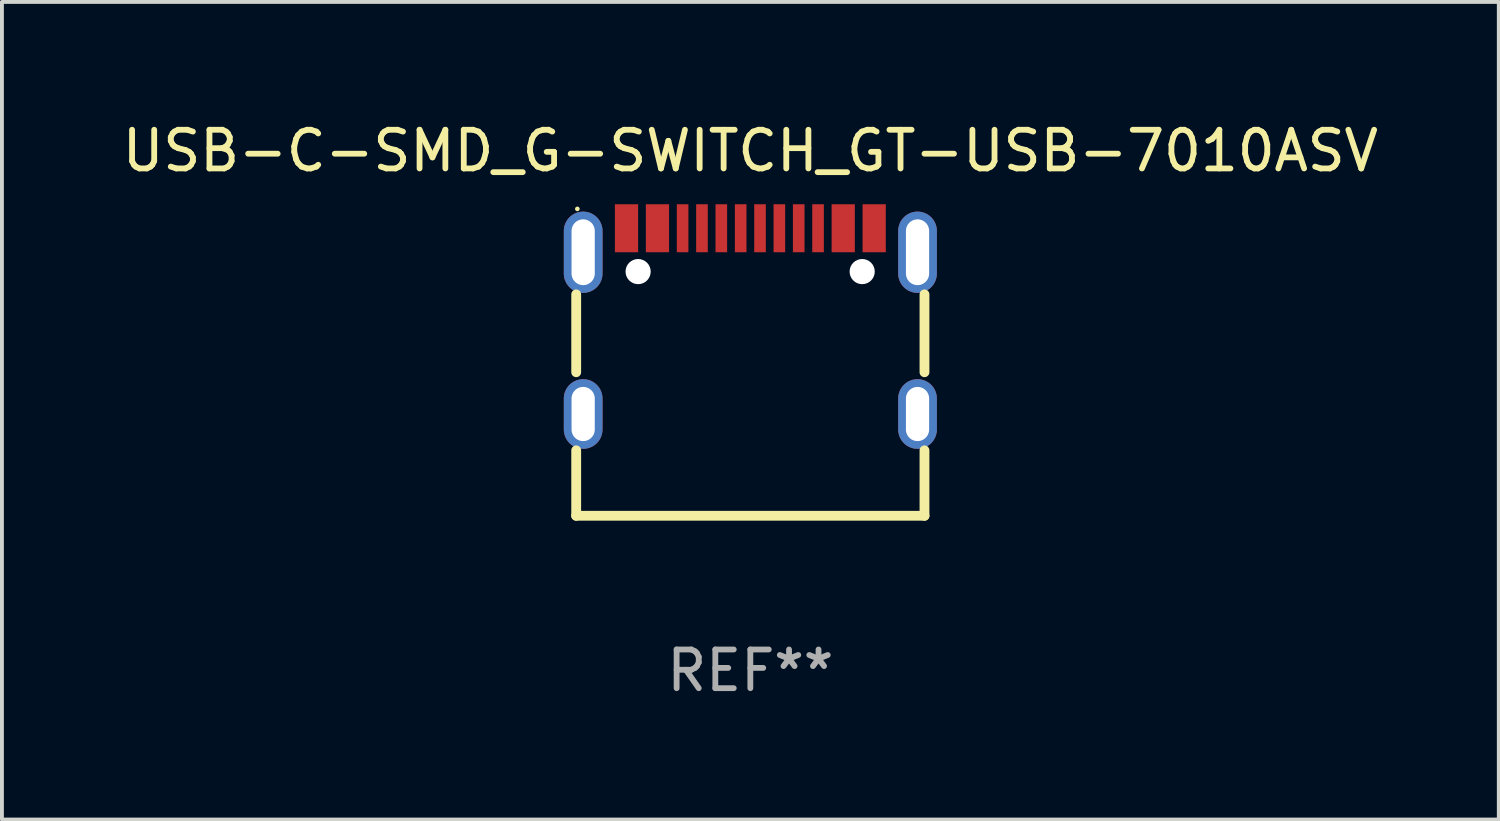
<source format=kicad_pcb>
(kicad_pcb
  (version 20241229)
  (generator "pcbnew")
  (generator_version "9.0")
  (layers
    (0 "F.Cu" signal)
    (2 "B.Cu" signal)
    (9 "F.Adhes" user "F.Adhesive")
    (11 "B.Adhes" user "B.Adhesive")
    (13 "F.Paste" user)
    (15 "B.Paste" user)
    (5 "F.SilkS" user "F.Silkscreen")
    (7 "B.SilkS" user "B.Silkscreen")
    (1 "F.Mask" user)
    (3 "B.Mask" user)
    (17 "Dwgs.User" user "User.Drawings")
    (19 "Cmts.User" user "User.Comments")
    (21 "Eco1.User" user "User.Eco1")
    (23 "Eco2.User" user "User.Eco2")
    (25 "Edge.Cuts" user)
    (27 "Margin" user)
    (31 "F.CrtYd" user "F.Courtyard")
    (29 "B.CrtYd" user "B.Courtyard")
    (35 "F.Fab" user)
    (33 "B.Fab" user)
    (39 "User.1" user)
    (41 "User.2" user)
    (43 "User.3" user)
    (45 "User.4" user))
  (footprint "USB-C-SMD_G-SWITCH_GT-USB-7010ASV"
    (layer "F.Cu")
    (at 16.339 6.563)
    (property "Reference" "USB-C-SMD_G-SWITCH_GT-USB-7010ASV" (at 0 -5.715 0) (layer "F.SilkS") (effects (font (size 1 1) (thickness 0.15))))
    (attr through_hole)
    (fp_line (start -4.5 0.006) (end -4.5 -2.006) (stroke (width 0.254) (type solid)) (layer "F.SilkS"))
    (fp_line (start -4.5 3.715) (end -4.5 2.024) (stroke (width 0.254) (type solid)) (layer "F.SilkS"))
    (fp_line (start 4.5 0.006) (end 4.5 -2.006) (stroke (width 0.254) (type solid)) (layer "F.SilkS"))
    (fp_line (start 4.5 3.715) (end -4.5 3.715) (stroke (width 0.254) (type solid)) (layer "F.SilkS"))
    (fp_line (start 4.5 3.715) (end 4.5 2.024) (stroke (width 0.254) (type solid)) (layer "F.SilkS"))
    (fp_circle (center -4.47 -4.215) (end -4.44 -4.215) (stroke (width 0.06) (type solid)) (fill no) (layer "F.SilkS"))
    (fp_circle (center -2.9 -2.595) (end -2.775 -2.595) (stroke (width 0.25) (type solid)) (fill no) (layer "F.Fab"))
    (fp_circle (center 2.89 -2.595) (end 3.015 -2.595) (stroke (width 0.25) (type solid)) (fill no) (layer "F.Fab"))
    (fp_text user "REF**" (at 0 7.715 0) (layer "F.Fab") (effects (font (size 1 1) (thickness 0.15))))
    (pad "" np_thru_hole circle (at -2.9 -2.595) (size 0.65 0.65) (drill 0.65) (layers "*.Cu" "*.Mask"))
    (pad "" np_thru_hole circle (at 2.89 -2.595) (size 0.65 0.65) (drill 0.65) (layers "*.Cu" "*.Mask"))
    (pad "1" thru_hole oval (at -4.32 -3.095) (size 1 2.1) (drill oval 0.6 1.7) (layers "*.Cu" "*.Mask"))
    (pad "2" thru_hole oval (at 4.32 -3.095) (size 1 2.1) (drill oval 0.6 1.7) (layers "*.Cu" "*.Mask"))
    (pad "3" thru_hole oval (at 4.32 1.085) (size 1 1.8) (drill oval 0.6 1.4) (layers "*.Cu" "*.Mask"))
    (pad "4" thru_hole oval (at -4.32 1.085) (size 1 1.8) (drill oval 0.6 1.4) (layers "*.Cu" "*.Mask"))
    (pad "A1B12" smd rect (at -3.2 -3.715) (size 0.6 1.24) (layers "F.Cu" "F.Mask" "F.Paste"))
    (pad "A4B9" smd rect (at -2.4 -3.715) (size 0.6 1.24) (layers "F.Cu" "F.Mask" "F.Paste"))
    (pad "A5" smd rect (at -1.25 -3.715) (size 0.3 1.24) (layers "F.Cu" "F.Mask" "F.Paste"))
    (pad "A6" smd rect (at -0.25 -3.715) (size 0.3 1.24) (layers "F.Cu" "F.Mask" "F.Paste"))
    (pad "A7" smd rect (at 0.25 -3.715) (size 0.3 1.24) (layers "F.Cu" "F.Mask" "F.Paste"))
    (pad "A8" smd rect (at 1.25 -3.715) (size 0.3 1.24) (layers "F.Cu" "F.Mask" "F.Paste"))
    (pad "B1A12" smd rect (at 3.2 -3.715) (size 0.6 1.24) (layers "F.Cu" "F.Mask" "F.Paste"))
    (pad "B4A9" smd rect (at 2.4 -3.715) (size 0.6 1.24) (layers "F.Cu" "F.Mask" "F.Paste"))
    (pad "B5" smd rect (at 1.75 -3.715) (size 0.3 1.24) (layers "F.Cu" "F.Mask" "F.Paste"))
    (pad "B6" smd rect (at 0.75 -3.715) (size 0.3 1.24) (layers "F.Cu" "F.Mask" "F.Paste"))
    (pad "B7" smd rect (at -0.75 -3.715) (size 0.3 1.24) (layers "F.Cu" "F.Mask" "F.Paste"))
    (pad "B8" smd rect (at -1.75 -3.715) (size 0.3 1.24) (layers "F.Cu" "F.Mask" "F.Paste")))
  (gr_rect
    (start -3 -3)
    (end 35.679 18.127)
    (stroke (width 0.1) (type default))
    (fill no)
    (layer "Edge.Cuts")))
</source>
